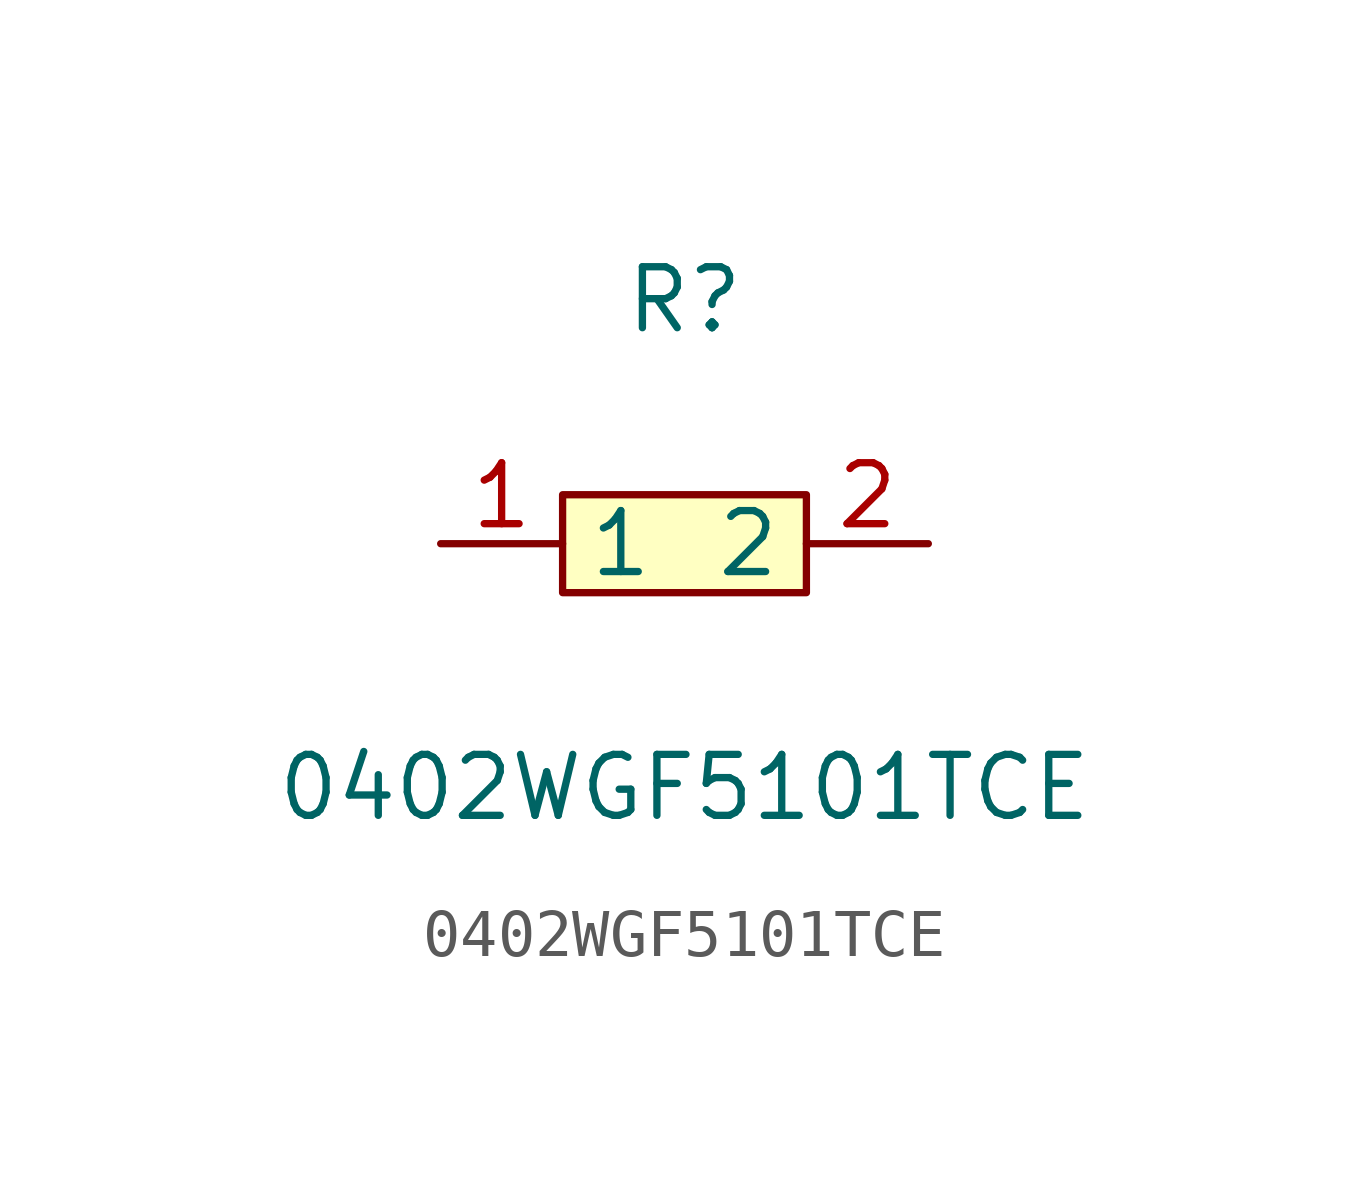
<source format=kicad_sym>
(kicad_symbol_lib
  (version 1)
  (generator "faebryk")
  (symbol "0402WGF5101TCE"
    (property "Reference" "R"
      (at 0 5.08 0)
      (effects (font (size 1.27 1.27)) (hide no)))
    (property "Value" "0402WGF5101TCE"
      (at 0 -5.08 0)
      (effects (font (size 1.27 1.27)) (hide no)))
    (symbol "0402WGF5101TCE_0_1"
      (rectangle (start -2.54 1.02) (end 2.54 -1.02) (stroke (width 0) (type default) (color 0 0 0 0)) (fill (type background)))
      (pin input line (at 5.08 0 180) (length 2.54) (name "2" (effects (font (size 1.27 1.27)) (hide no))) (number "2" (effects (font (size 1.27 1.27)) (hide no))))
      (pin input line (at -5.08 0 0) (length 2.54) (name "1" (effects (font (size 1.27 1.27)) (hide no))) (number "1" (effects (font (size 1.27 1.27)) (hide no)))))))
</source>
